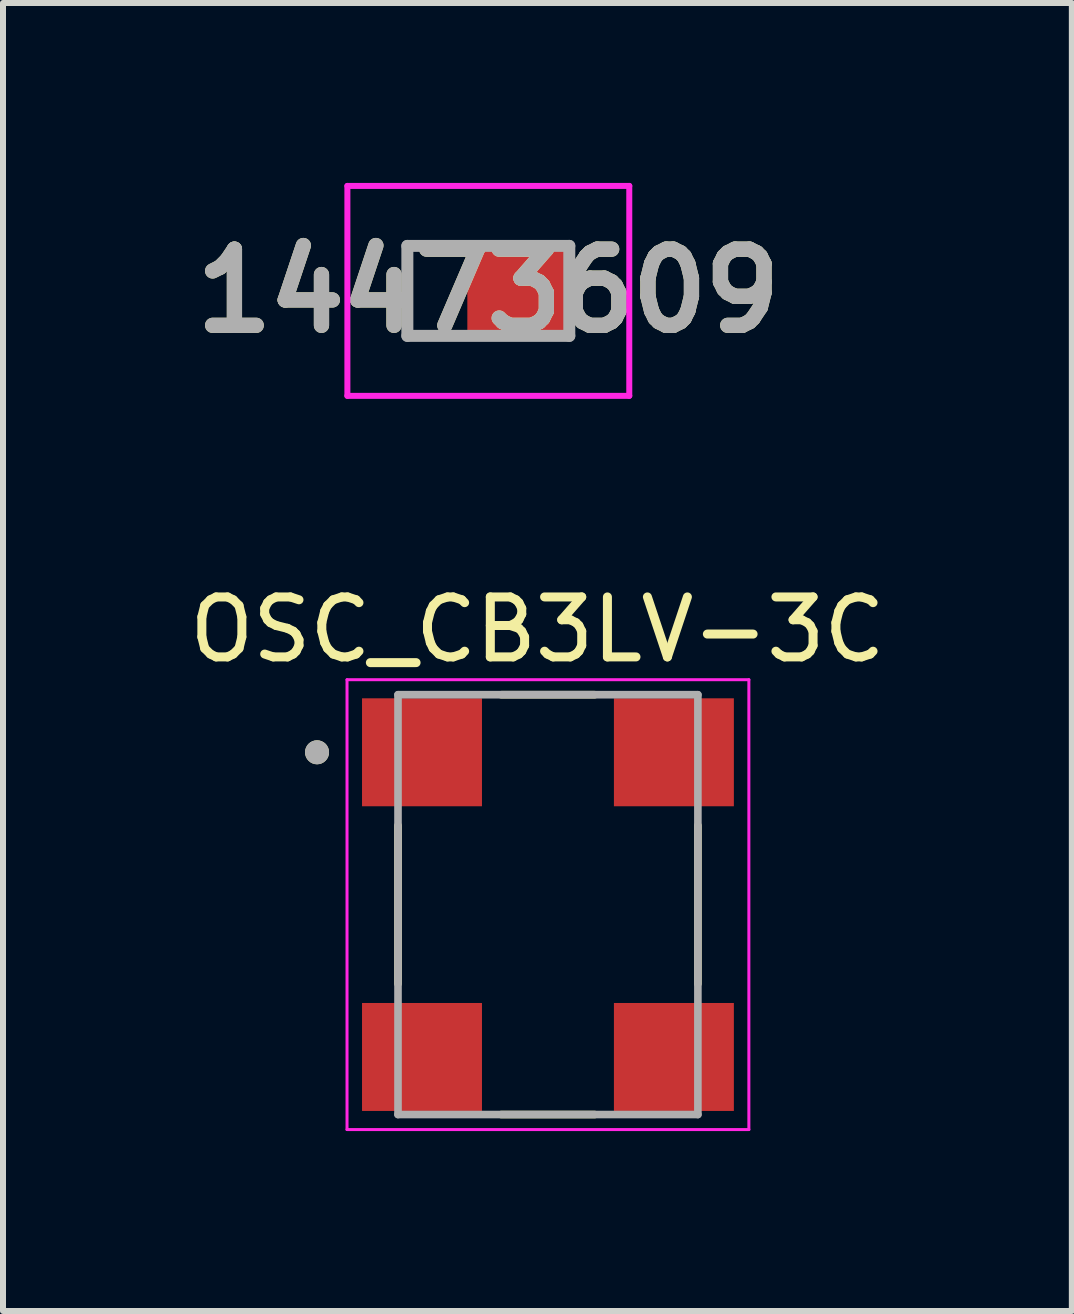
<source format=kicad_pcb>
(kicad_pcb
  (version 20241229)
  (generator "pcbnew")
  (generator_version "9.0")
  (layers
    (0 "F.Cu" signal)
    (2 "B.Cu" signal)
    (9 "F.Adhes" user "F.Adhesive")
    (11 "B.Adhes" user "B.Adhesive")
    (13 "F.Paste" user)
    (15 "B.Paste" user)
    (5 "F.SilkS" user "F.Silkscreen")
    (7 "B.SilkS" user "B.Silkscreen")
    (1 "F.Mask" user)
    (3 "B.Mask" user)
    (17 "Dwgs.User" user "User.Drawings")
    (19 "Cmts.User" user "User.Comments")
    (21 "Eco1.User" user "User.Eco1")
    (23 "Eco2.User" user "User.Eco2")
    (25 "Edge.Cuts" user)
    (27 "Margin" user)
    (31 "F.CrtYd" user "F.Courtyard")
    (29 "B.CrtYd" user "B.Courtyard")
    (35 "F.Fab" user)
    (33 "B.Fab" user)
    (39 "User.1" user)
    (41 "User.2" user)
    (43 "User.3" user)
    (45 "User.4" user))
  (footprint "OSC_CB3LV-3C"
    (layer "F.Cu")
    (at 6.086 12.033)
    (property "Reference" "OSC_CB3LV-3C" (at -0.175 -4.585 0) (layer "F.SilkS") (effects (font (size 1 1) (thickness 0.15))))
    (attr smd)
    (fp_line (start -2.5 -1.32) (end -2.5 1.32) (stroke (width 0.127) (type solid)) (layer "F.SilkS"))
    (fp_line (start -0.78 -3.5) (end 0.78 -3.5) (stroke (width 0.127) (type solid)) (layer "F.SilkS"))
    (fp_line (start -0.78 3.5) (end 0.78 3.5) (stroke (width 0.127) (type solid)) (layer "F.SilkS"))
    (fp_line (start 2.5 -1.32) (end 2.5 1.32) (stroke (width 0.127) (type solid)) (layer "F.SilkS"))
    (fp_circle (center -3.85 -2.54) (end -3.75 -2.54) (stroke (width 0.2) (type solid)) (fill no) (layer "F.SilkS"))
    (fp_line (start -3.35 -3.75) (end -3.35 3.75) (stroke (width 0.05) (type solid)) (layer "F.CrtYd"))
    (fp_line (start -3.35 -3.75) (end 3.35 -3.75) (stroke (width 0.05) (type solid)) (layer "F.CrtYd"))
    (fp_line (start 3.35 -3.75) (end 3.35 3.75) (stroke (width 0.05) (type solid)) (layer "F.CrtYd"))
    (fp_line (start 3.35 3.75) (end -3.35 3.75) (stroke (width 0.05) (type solid)) (layer "F.CrtYd"))
    (fp_line (start -2.5 -3.5) (end -2.5 3.5) (stroke (width 0.127) (type solid)) (layer "F.Fab"))
    (fp_line (start -2.5 -3.5) (end 2.5 -3.5) (stroke (width 0.127) (type solid)) (layer "F.Fab"))
    (fp_line (start 2.5 -3.5) (end 2.5 3.5) (stroke (width 0.127) (type solid)) (layer "F.Fab"))
    (fp_line (start 2.5 3.5) (end -2.5 3.5) (stroke (width 0.127) (type solid)) (layer "F.Fab"))
    (fp_circle (center -3.85 -2.54) (end -3.75 -2.54) (stroke (width 0.2) (type solid)) (fill no) (layer "F.Fab"))
    (pad "1" smd rect (at -2.1 -2.54) (size 2 1.8) (layers "F.Cu" "F.Mask" "F.Paste"))
    (pad "2" smd rect (at -2.1 2.54) (size 2 1.8) (layers "F.Cu" "F.Mask" "F.Paste"))
    (pad "3" smd rect (at 2.1 2.54) (size 2 1.8) (layers "F.Cu" "F.Mask" "F.Paste"))
    (pad "4" smd rect (at 2.1 -2.54) (size 2 1.8) (layers "F.Cu" "F.Mask" "F.Paste")))
  (footprint "14473609"
    (layer "F.Cu")
    (at 5.092 1.8)
    (property "Reference" "14473609" (at 0 0 0) (layer "F.SilkS") (effects (font (size 1.27 1.27) (thickness 0.254))))
    (attr smd)
    (fp_line (start -1.35 -0.75) (end -1.35 0.75) (stroke (width 0.1) (type solid)) (layer "F.SilkS"))
    (fp_line (start -1.35 0.75) (end -0.8 0.75) (stroke (width 0.1) (type solid)) (layer "F.SilkS"))
    (fp_line (start -0.8 -0.75) (end -1.35 -0.75) (stroke (width 0.1) (type solid)) (layer "F.SilkS"))
    (fp_line (start -2.35 -1.75) (end 2.35 -1.75) (stroke (width 0.1) (type solid)) (layer "F.CrtYd"))
    (fp_line (start -2.35 1.75) (end -2.35 -1.75) (stroke (width 0.1) (type solid)) (layer "F.CrtYd"))
    (fp_line (start 2.35 -1.75) (end 2.35 1.75) (stroke (width 0.1) (type solid)) (layer "F.CrtYd"))
    (fp_line (start 2.35 1.75) (end -2.35 1.75) (stroke (width 0.1) (type solid)) (layer "F.CrtYd"))
    (fp_line (start -1.35 -0.75) (end 1.35 -0.75) (stroke (width 0.2) (type solid)) (layer "F.Fab"))
    (fp_line (start -1.35 0.75) (end -1.35 -0.75) (stroke (width 0.2) (type solid)) (layer "F.Fab"))
    (fp_line (start 1.35 -0.75) (end 1.35 0.75) (stroke (width 0.2) (type solid)) (layer "F.Fab"))
    (fp_line (start 1.35 0.75) (end -1.35 0.75) (stroke (width 0.2) (type solid)) (layer "F.Fab"))
    (fp_text user "${REFERENCE}" (at 0 0 0) (layer "F.Fab") (effects (font (size 1.27 1.27) (thickness 0.254))))
    (pad "1" smd rect (at 0.5 0 90) (size 1.5 1.7) (layers "F.Cu" "F.Mask" "F.Paste")))
  (gr_rect
    (start -3 -3)
    (end 14.821 18.808)
    (stroke (width 0.1) (type default))
    (fill no)
    (layer "Edge.Cuts")))
</source>
